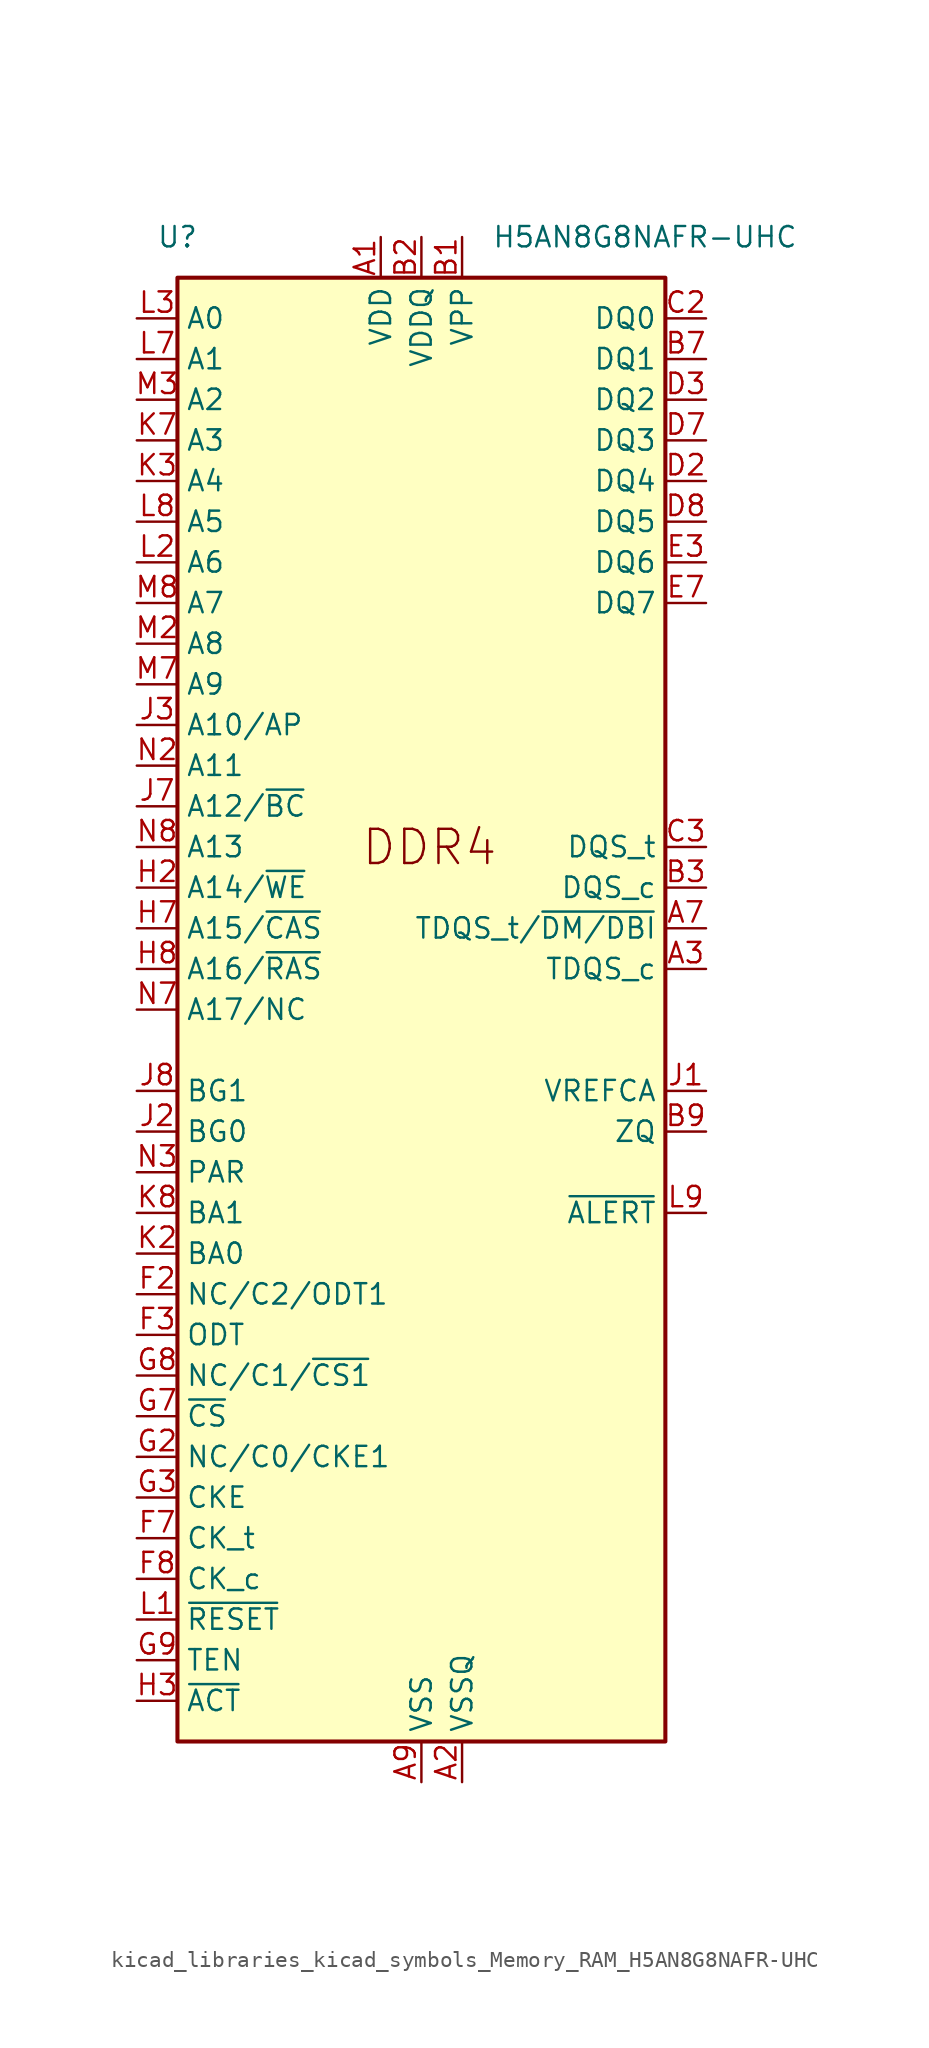
<source format=kicad_sym>
(kicad_symbol_lib
  (version 20220914)
  (generator kicad_symbol_editor)
  (symbol "kicad_libraries_kicad_symbols_Memory_RAM_H5AN8G8NAFR-UHC"
    (property "Reference" "U"
      (at -15.24 48.26 0)
      (effects (font (size 1.27 1.27))))
    (property "Value" "H5AN8G8NAFR-UHC"
      (at 13.97 48.26 0)
      (effects (font (size 1.27 1.27))))
    (symbol "kicad_libraries_kicad_symbols_Memory_RAM_H5AN8G8NAFR-UHC_0_1"
      (rectangle (start -15.24 -45.72) (end 15.24 45.72) (stroke (width 0.254) (type default)) (fill (type background)))
      (pin power_in line (at -2.54 48.26 270) (length 2.54) (name "VDD" (effects (font (size 1.27 1.27)))) (number "A1" (effects (font (size 1.27 1.27)))))
      (pin power_in line (at 2.54 -48.26 90) (length 2.54) (name "VSSQ" (effects (font (size 1.27 1.27)))) (number "A2" (effects (font (size 1.27 1.27)))))
      (pin output line (at 17.78 2.54 180) (length 2.54) (name "TDQS_c" (effects (font (size 1.27 1.27)))) (number "A3" (effects (font (size 1.27 1.27)))))
      (pin bidirectional line (at 17.78 5.08 180) (length 2.54) (name "TDQS_t/~{DM/DBI}" (effects (font (size 1.27 1.27)))) (number "A7" (effects (font (size 1.27 1.27)))))
      (pin passive line (at 2.54 -48.26 90) (length 2.54) hide (name "VSSQ" (effects (font (size 1.27 1.27)))) (number "A8" (effects (font (size 1.27 1.27)))))
      (pin power_in line (at 0 -48.26 90) (length 2.54) (name "VSS" (effects (font (size 1.27 1.27)))) (number "A9" (effects (font (size 1.27 1.27)))))
      (pin power_in line (at 2.54 48.26 270) (length 2.54) (name "VPP" (effects (font (size 1.27 1.27)))) (number "B1" (effects (font (size 1.27 1.27)))))
      (pin power_in line (at 0 48.26 270) (length 2.54) (name "VDDQ" (effects (font (size 1.27 1.27)))) (number "B2" (effects (font (size 1.27 1.27)))))
      (pin bidirectional line (at 17.78 7.62 180) (length 2.54) (name "DQS_c" (effects (font (size 1.27 1.27)))) (number "B3" (effects (font (size 1.27 1.27)))))
      (pin bidirectional line (at 17.78 40.64 180) (length 2.54) (name "DQ1" (effects (font (size 1.27 1.27)))) (number "B7" (effects (font (size 1.27 1.27)))))
      (pin passive line (at 0 48.26 270) (length 2.54) hide (name "VDDQ" (effects (font (size 1.27 1.27)))) (number "B8" (effects (font (size 1.27 1.27)))))
      (pin passive line (at 17.78 -7.62 180) (length 2.54) (name "ZQ" (effects (font (size 1.27 1.27)))) (number "B9" (effects (font (size 1.27 1.27)))))
      (pin passive line (at 0 48.26 270) (length 2.54) hide (name "VDDQ" (effects (font (size 1.27 1.27)))) (number "C1" (effects (font (size 1.27 1.27)))))
      (pin bidirectional line (at 17.78 43.18 180) (length 2.54) (name "DQ0" (effects (font (size 1.27 1.27)))) (number "C2" (effects (font (size 1.27 1.27)))))
      (pin bidirectional line (at 17.78 10.16 180) (length 2.54) (name "DQS_t" (effects (font (size 1.27 1.27)))) (number "C3" (effects (font (size 1.27 1.27)))))
      (pin passive line (at -2.54 48.26 270) (length 2.54) hide (name "VDD" (effects (font (size 1.27 1.27)))) (number "C7" (effects (font (size 1.27 1.27)))))
      (pin passive line (at 0 -48.26 90) (length 2.54) hide (name "VSS" (effects (font (size 1.27 1.27)))) (number "C8" (effects (font (size 1.27 1.27)))))
      (pin passive line (at 0 48.26 270) (length 2.54) hide (name "VDDQ" (effects (font (size 1.27 1.27)))) (number "C9" (effects (font (size 1.27 1.27)))))
      (pin passive line (at 2.54 -48.26 90) (length 2.54) hide (name "VSSQ" (effects (font (size 1.27 1.27)))) (number "D1" (effects (font (size 1.27 1.27)))))
      (pin bidirectional line (at 17.78 33.02 180) (length 2.54) (name "DQ4" (effects (font (size 1.27 1.27)))) (number "D2" (effects (font (size 1.27 1.27)))))
      (pin bidirectional line (at 17.78 38.1 180) (length 2.54) (name "DQ2" (effects (font (size 1.27 1.27)))) (number "D3" (effects (font (size 1.27 1.27)))))
      (pin bidirectional line (at 17.78 35.56 180) (length 2.54) (name "DQ3" (effects (font (size 1.27 1.27)))) (number "D7" (effects (font (size 1.27 1.27)))))
      (pin bidirectional line (at 17.78 30.48 180) (length 2.54) (name "DQ5" (effects (font (size 1.27 1.27)))) (number "D8" (effects (font (size 1.27 1.27)))))
      (pin passive line (at 2.54 -48.26 90) (length 2.54) hide (name "VSSQ" (effects (font (size 1.27 1.27)))) (number "D9" (effects (font (size 1.27 1.27)))))
      (pin passive line (at 0 -48.26 90) (length 2.54) hide (name "VSS" (effects (font (size 1.27 1.27)))) (number "E1" (effects (font (size 1.27 1.27)))))
      (pin passive line (at 0 48.26 270) (length 2.54) hide (name "VDDQ" (effects (font (size 1.27 1.27)))) (number "E2" (effects (font (size 1.27 1.27)))))
      (pin bidirectional line (at 17.78 27.94 180) (length 2.54) (name "DQ6" (effects (font (size 1.27 1.27)))) (number "E3" (effects (font (size 1.27 1.27)))))
      (pin bidirectional line (at 17.78 25.4 180) (length 2.54) (name "DQ7" (effects (font (size 1.27 1.27)))) (number "E7" (effects (font (size 1.27 1.27)))))
      (pin passive line (at 0 48.26 270) (length 2.54) hide (name "VDDQ" (effects (font (size 1.27 1.27)))) (number "E8" (effects (font (size 1.27 1.27)))))
      (pin passive line (at 0 -48.26 90) (length 2.54) hide (name "VSS" (effects (font (size 1.27 1.27)))) (number "E9" (effects (font (size 1.27 1.27)))))
      (pin passive line (at -2.54 48.26 270) (length 2.54) hide (name "VDD" (effects (font (size 1.27 1.27)))) (number "F1" (effects (font (size 1.27 1.27)))))
      (pin passive line (at -17.78 -17.78 0) (length 2.54) (name "NC/C2/ODT1" (effects (font (size 1.27 1.27)))) (number "F2" (effects (font (size 1.27 1.27)))))
      (pin input line (at -17.78 -20.32 0) (length 2.54) (name "ODT" (effects (font (size 1.27 1.27)))) (number "F3" (effects (font (size 1.27 1.27)))))
      (pin input line (at -17.78 -33.02 0) (length 2.54) (name "CK_t" (effects (font (size 1.27 1.27)))) (number "F7" (effects (font (size 1.27 1.27)))))
      (pin input line (at -17.78 -35.56 0) (length 2.54) (name "CK_c" (effects (font (size 1.27 1.27)))) (number "F8" (effects (font (size 1.27 1.27)))))
      (pin passive line (at -2.54 48.26 270) (length 2.54) hide (name "VDD" (effects (font (size 1.27 1.27)))) (number "F9" (effects (font (size 1.27 1.27)))))
      (pin passive line (at 0 -48.26 90) (length 2.54) hide (name "VSS" (effects (font (size 1.27 1.27)))) (number "G1" (effects (font (size 1.27 1.27)))))
      (pin passive line (at -17.78 -27.94 0) (length 2.54) (name "NC/C0/CKE1" (effects (font (size 1.27 1.27)))) (number "G2" (effects (font (size 1.27 1.27)))))
      (pin input line (at -17.78 -30.48 0) (length 2.54) (name "CKE" (effects (font (size 1.27 1.27)))) (number "G3" (effects (font (size 1.27 1.27)))))
      (pin input line (at -17.78 -25.4 0) (length 2.54) (name "~{CS}" (effects (font (size 1.27 1.27)))) (number "G7" (effects (font (size 1.27 1.27)))))
      (pin passive line (at -17.78 -22.86 0) (length 2.54) (name "NC/C1/~{CS1}" (effects (font (size 1.27 1.27)))) (number "G8" (effects (font (size 1.27 1.27)))))
      (pin input line (at -17.78 -40.64 0) (length 2.54) (name "TEN" (effects (font (size 1.27 1.27)))) (number "G9" (effects (font (size 1.27 1.27)))))
      (pin passive line (at -2.54 48.26 270) (length 2.54) hide (name "VDD" (effects (font (size 1.27 1.27)))) (number "H1" (effects (font (size 1.27 1.27)))))
      (pin input line (at -17.78 7.62 0) (length 2.54) (name "A14/~{WE}" (effects (font (size 1.27 1.27)))) (number "H2" (effects (font (size 1.27 1.27)))))
      (pin input line (at -17.78 -43.18 0) (length 2.54) (name "~{ACT}" (effects (font (size 1.27 1.27)))) (number "H3" (effects (font (size 1.27 1.27)))))
      (pin input line (at -17.78 5.08 0) (length 2.54) (name "A15/~{CAS}" (effects (font (size 1.27 1.27)))) (number "H7" (effects (font (size 1.27 1.27)))))
      (pin input line (at -17.78 2.54 0) (length 2.54) (name "A16/~{RAS}" (effects (font (size 1.27 1.27)))) (number "H8" (effects (font (size 1.27 1.27)))))
      (pin passive line (at 0 -48.26 90) (length 2.54) hide (name "VSS" (effects (font (size 1.27 1.27)))) (number "H9" (effects (font (size 1.27 1.27)))))
      (pin passive line (at 17.78 -5.08 180) (length 2.54) (name "VREFCA" (effects (font (size 1.27 1.27)))) (number "J1" (effects (font (size 1.27 1.27)))))
      (pin input line (at -17.78 -7.62 0) (length 2.54) (name "BG0" (effects (font (size 1.27 1.27)))) (number "J2" (effects (font (size 1.27 1.27)))))
      (pin input line (at -17.78 17.78 0) (length 2.54) (name "A10/AP" (effects (font (size 1.27 1.27)))) (number "J3" (effects (font (size 1.27 1.27)))))
      (pin input line (at -17.78 12.7 0) (length 2.54) (name "A12/~{BC}" (effects (font (size 1.27 1.27)))) (number "J7" (effects (font (size 1.27 1.27)))))
      (pin input line (at -17.78 -5.08 0) (length 2.54) (name "BG1" (effects (font (size 1.27 1.27)))) (number "J8" (effects (font (size 1.27 1.27)))))
      (pin passive line (at -2.54 48.26 270) (length 2.54) hide (name "VDD" (effects (font (size 1.27 1.27)))) (number "J9" (effects (font (size 1.27 1.27)))))
      (pin passive line (at 0 -48.26 90) (length 2.54) hide (name "VSS" (effects (font (size 1.27 1.27)))) (number "K1" (effects (font (size 1.27 1.27)))))
      (pin input line (at -17.78 -15.24 0) (length 2.54) (name "BA0" (effects (font (size 1.27 1.27)))) (number "K2" (effects (font (size 1.27 1.27)))))
      (pin input line (at -17.78 33.02 0) (length 2.54) (name "A4" (effects (font (size 1.27 1.27)))) (number "K3" (effects (font (size 1.27 1.27)))))
      (pin input line (at -17.78 35.56 0) (length 2.54) (name "A3" (effects (font (size 1.27 1.27)))) (number "K7" (effects (font (size 1.27 1.27)))))
      (pin input line (at -17.78 -12.7 0) (length 2.54) (name "BA1" (effects (font (size 1.27 1.27)))) (number "K8" (effects (font (size 1.27 1.27)))))
      (pin passive line (at 0 -48.26 90) (length 2.54) hide (name "VSS" (effects (font (size 1.27 1.27)))) (number "K9" (effects (font (size 1.27 1.27)))))
      (pin input line (at -17.78 -38.1 0) (length 2.54) (name "~{RESET}" (effects (font (size 1.27 1.27)))) (number "L1" (effects (font (size 1.27 1.27)))))
      (pin input line (at -17.78 27.94 0) (length 2.54) (name "A6" (effects (font (size 1.27 1.27)))) (number "L2" (effects (font (size 1.27 1.27)))))
      (pin input line (at -17.78 43.18 0) (length 2.54) (name "A0" (effects (font (size 1.27 1.27)))) (number "L3" (effects (font (size 1.27 1.27)))))
      (pin input line (at -17.78 40.64 0) (length 2.54) (name "A1" (effects (font (size 1.27 1.27)))) (number "L7" (effects (font (size 1.27 1.27)))))
      (pin input line (at -17.78 30.48 0) (length 2.54) (name "A5" (effects (font (size 1.27 1.27)))) (number "L8" (effects (font (size 1.27 1.27)))))
      (pin open_collector line (at 17.78 -12.7 180) (length 2.54) (name "~{ALERT}" (effects (font (size 1.27 1.27)))) (number "L9" (effects (font (size 1.27 1.27)))))
      (pin passive line (at -2.54 48.26 270) (length 2.54) hide (name "VDD" (effects (font (size 1.27 1.27)))) (number "M1" (effects (font (size 1.27 1.27)))))
      (pin input line (at -17.78 22.86 0) (length 2.54) (name "A8" (effects (font (size 1.27 1.27)))) (number "M2" (effects (font (size 1.27 1.27)))))
      (pin input line (at -17.78 38.1 0) (length 2.54) (name "A2" (effects (font (size 1.27 1.27)))) (number "M3" (effects (font (size 1.27 1.27)))))
      (pin input line (at -17.78 20.32 0) (length 2.54) (name "A9" (effects (font (size 1.27 1.27)))) (number "M7" (effects (font (size 1.27 1.27)))))
      (pin input line (at -17.78 25.4 0) (length 2.54) (name "A7" (effects (font (size 1.27 1.27)))) (number "M8" (effects (font (size 1.27 1.27)))))
      (pin passive line (at 2.54 48.26 270) (length 2.54) hide (name "VPP" (effects (font (size 1.27 1.27)))) (number "M9" (effects (font (size 1.27 1.27)))))
      (pin passive line (at 0 -48.26 90) (length 2.54) hide (name "VSS" (effects (font (size 1.27 1.27)))) (number "N1" (effects (font (size 1.27 1.27)))))
      (pin input line (at -17.78 15.24 0) (length 2.54) (name "A11" (effects (font (size 1.27 1.27)))) (number "N2" (effects (font (size 1.27 1.27)))))
      (pin input line (at -17.78 -10.16 0) (length 2.54) (name "PAR" (effects (font (size 1.27 1.27)))) (number "N3" (effects (font (size 1.27 1.27)))))
      (pin passive line (at -17.78 0 0) (length 2.54) (name "A17/NC" (effects (font (size 1.27 1.27)))) (number "N7" (effects (font (size 1.27 1.27)))))
      (pin input line (at -17.78 10.16 0) (length 2.54) (name "A13" (effects (font (size 1.27 1.27)))) (number "N8" (effects (font (size 1.27 1.27)))))
      (pin passive line (at -2.54 48.26 270) (length 2.54) hide (name "VDD" (effects (font (size 1.27 1.27)))) (number "N9" (effects (font (size 1.27 1.27))))))
    (symbol "kicad_libraries_kicad_symbols_Memory_RAM_H5AN8G8NAFR-UHC_1_1"
      (text "DDR4" (at -3.81 8.89 0) (effects (font (size 2.134 2.134)) (justify left bottom))))))
</source>
